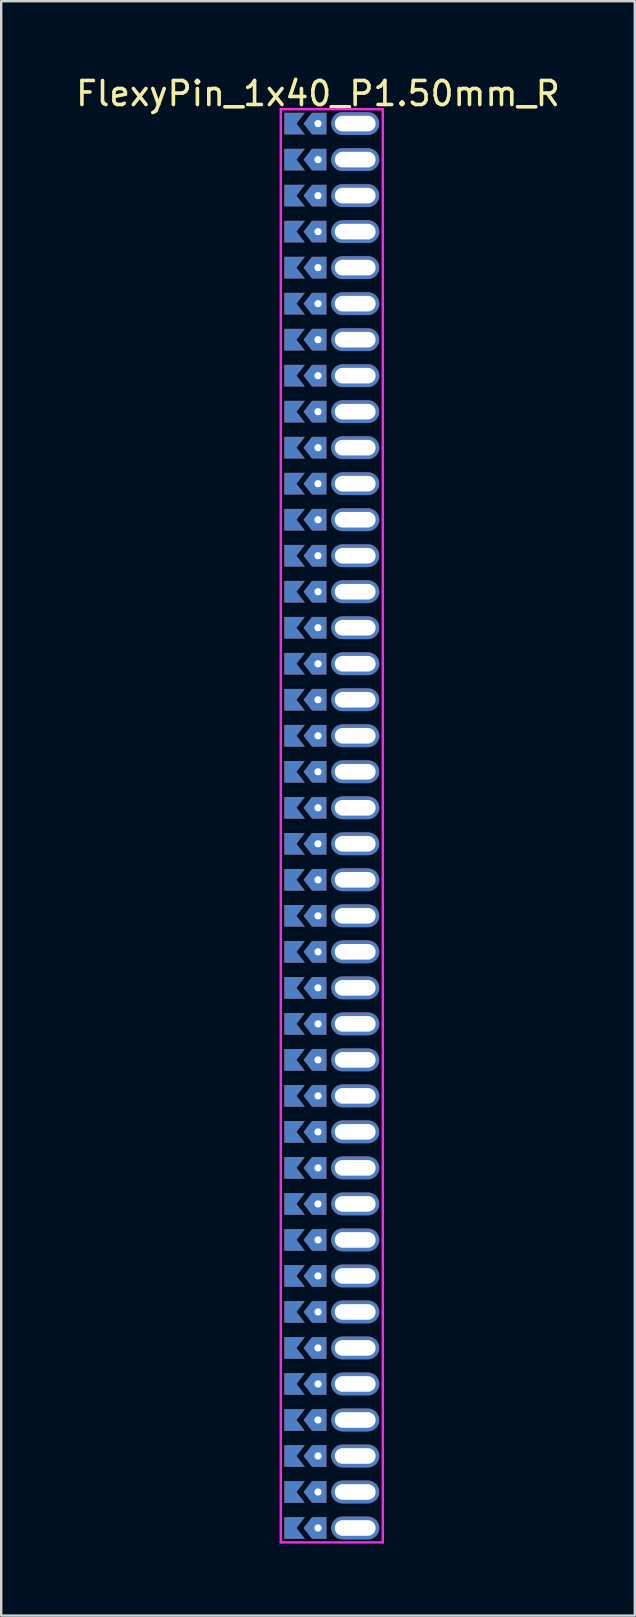
<source format=kicad_pcb>
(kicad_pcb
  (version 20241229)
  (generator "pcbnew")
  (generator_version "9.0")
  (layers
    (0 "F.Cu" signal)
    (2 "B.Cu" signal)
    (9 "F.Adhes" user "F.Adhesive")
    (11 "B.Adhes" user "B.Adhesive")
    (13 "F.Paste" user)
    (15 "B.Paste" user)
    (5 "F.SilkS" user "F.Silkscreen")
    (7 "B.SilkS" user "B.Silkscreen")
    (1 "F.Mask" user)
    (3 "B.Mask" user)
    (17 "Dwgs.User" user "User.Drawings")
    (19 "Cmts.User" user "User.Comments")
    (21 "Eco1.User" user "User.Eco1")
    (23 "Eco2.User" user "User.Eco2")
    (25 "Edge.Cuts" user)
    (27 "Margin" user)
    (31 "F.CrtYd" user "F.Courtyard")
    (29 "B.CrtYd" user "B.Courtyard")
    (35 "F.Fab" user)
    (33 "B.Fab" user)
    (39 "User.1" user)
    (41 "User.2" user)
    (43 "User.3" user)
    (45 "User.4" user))
  (footprint "FlexyPin_1x40_P1.50mm_R"
    (layer "F.Cu")
    (at 10.196 2.098)
    (property "Reference" "FlexyPin_1x40_P1.50mm_R" (at 0 -1.25 0) (layer "F.SilkS") (effects (font (size 1 1) (thickness 0.15))))
    (attr through_hole)
    (fp_line (start -1.55 -0.6) (end 2.7 -0.6) (stroke (width 0.1) (type solid)) (layer "F.CrtYd"))
    (fp_line (start -1.55 59.1) (end -1.55 -0.6) (stroke (width 0.1) (type solid)) (layer "F.CrtYd"))
    (fp_line (start 2.7 -0.6) (end 2.7 59.1) (stroke (width 0.1) (type solid)) (layer "F.CrtYd"))
    (fp_line (start 2.7 59.1) (end -1.55 59.1) (stroke (width 0.1) (type solid)) (layer "F.CrtYd"))
    (pad "" thru_hole custom (at 0 0) (size 0.3 0.3) (drill 0.6) (layers "*.Cu" "*.Mask") (options (anchor rect)) (primitives (gr_poly (pts (xy 0.35 0.45) (xy 0.35 -0.45) (xy -0.25 -0.45) (xy -0.6 0) (xy -0.25 0.45)) (width 0) (fill yes))))
    (pad "" thru_hole custom (at 0 1.5) (size 0.3 0.3) (drill 0.6) (layers "*.Cu" "*.Mask") (options (anchor rect)) (primitives (gr_poly (pts (xy 0.35 0.45) (xy 0.35 -0.45) (xy -0.25 -0.45) (xy -0.6 0) (xy -0.25 0.45)) (width 0) (fill yes))))
    (pad "" thru_hole custom (at 0 3) (size 0.3 0.3) (drill 0.6) (layers "*.Cu" "*.Mask") (options (anchor rect)) (primitives (gr_poly (pts (xy 0.35 0.45) (xy 0.35 -0.45) (xy -0.25 -0.45) (xy -0.6 0) (xy -0.25 0.45)) (width 0) (fill yes))))
    (pad "" thru_hole custom (at 0 4.5) (size 0.3 0.3) (drill 0.6) (layers "*.Cu" "*.Mask") (options (anchor rect)) (primitives (gr_poly (pts (xy 0.35 0.45) (xy 0.35 -0.45) (xy -0.25 -0.45) (xy -0.6 0) (xy -0.25 0.45)) (width 0) (fill yes))))
    (pad "" thru_hole custom (at 0 6) (size 0.3 0.3) (drill 0.6) (layers "*.Cu" "*.Mask") (options (anchor rect)) (primitives (gr_poly (pts (xy 0.35 0.45) (xy 0.35 -0.45) (xy -0.25 -0.45) (xy -0.6 0) (xy -0.25 0.45)) (width 0) (fill yes))))
    (pad "" thru_hole custom (at 0 7.5) (size 0.3 0.3) (drill 0.6) (layers "*.Cu" "*.Mask") (options (anchor rect)) (primitives (gr_poly (pts (xy 0.35 0.45) (xy 0.35 -0.45) (xy -0.25 -0.45) (xy -0.6 0) (xy -0.25 0.45)) (width 0) (fill yes))))
    (pad "" thru_hole custom (at 0 9) (size 0.3 0.3) (drill 0.6) (layers "*.Cu" "*.Mask") (options (anchor rect)) (primitives (gr_poly (pts (xy 0.35 0.45) (xy 0.35 -0.45) (xy -0.25 -0.45) (xy -0.6 0) (xy -0.25 0.45)) (width 0) (fill yes))))
    (pad "" thru_hole custom (at 0 10.5) (size 0.3 0.3) (drill 0.6) (layers "*.Cu" "*.Mask") (options (anchor rect)) (primitives (gr_poly (pts (xy 0.35 0.45) (xy 0.35 -0.45) (xy -0.25 -0.45) (xy -0.6 0) (xy -0.25 0.45)) (width 0) (fill yes))))
    (pad "" thru_hole custom (at 0 12) (size 0.3 0.3) (drill 0.6) (layers "*.Cu" "*.Mask") (options (anchor rect)) (primitives (gr_poly (pts (xy 0.35 0.45) (xy 0.35 -0.45) (xy -0.25 -0.45) (xy -0.6 0) (xy -0.25 0.45)) (width 0) (fill yes))))
    (pad "" thru_hole custom (at 0 13.5) (size 0.3 0.3) (drill 0.6) (layers "*.Cu" "*.Mask") (options (anchor rect)) (primitives (gr_poly (pts (xy 0.35 0.45) (xy 0.35 -0.45) (xy -0.25 -0.45) (xy -0.6 0) (xy -0.25 0.45)) (width 0) (fill yes))))
    (pad "" thru_hole custom (at 0 15) (size 0.3 0.3) (drill 0.6) (layers "*.Cu" "*.Mask") (options (anchor rect)) (primitives (gr_poly (pts (xy 0.35 0.45) (xy 0.35 -0.45) (xy -0.25 -0.45) (xy -0.6 0) (xy -0.25 0.45)) (width 0) (fill yes))))
    (pad "" thru_hole custom (at 0 16.5) (size 0.3 0.3) (drill 0.6) (layers "*.Cu" "*.Mask") (options (anchor rect)) (primitives (gr_poly (pts (xy 0.35 0.45) (xy 0.35 -0.45) (xy -0.25 -0.45) (xy -0.6 0) (xy -0.25 0.45)) (width 0) (fill yes))))
    (pad "" thru_hole custom (at 0 18) (size 0.3 0.3) (drill 0.6) (layers "*.Cu" "*.Mask") (options (anchor rect)) (primitives (gr_poly (pts (xy 0.35 0.45) (xy 0.35 -0.45) (xy -0.25 -0.45) (xy -0.6 0) (xy -0.25 0.45)) (width 0) (fill yes))))
    (pad "" thru_hole custom (at 0 19.5) (size 0.3 0.3) (drill 0.6) (layers "*.Cu" "*.Mask") (options (anchor rect)) (primitives (gr_poly (pts (xy 0.35 0.45) (xy 0.35 -0.45) (xy -0.25 -0.45) (xy -0.6 0) (xy -0.25 0.45)) (width 0) (fill yes))))
    (pad "" thru_hole custom (at 0 21) (size 0.3 0.3) (drill 0.6) (layers "*.Cu" "*.Mask") (options (anchor rect)) (primitives (gr_poly (pts (xy 0.35 0.45) (xy 0.35 -0.45) (xy -0.25 -0.45) (xy -0.6 0) (xy -0.25 0.45)) (width 0) (fill yes))))
    (pad "" thru_hole custom (at 0 22.5) (size 0.3 0.3) (drill 0.6) (layers "*.Cu" "*.Mask") (options (anchor rect)) (primitives (gr_poly (pts (xy 0.35 0.45) (xy 0.35 -0.45) (xy -0.25 -0.45) (xy -0.6 0) (xy -0.25 0.45)) (width 0) (fill yes))))
    (pad "" thru_hole custom (at 0 24) (size 0.3 0.3) (drill 0.6) (layers "*.Cu" "*.Mask") (options (anchor rect)) (primitives (gr_poly (pts (xy 0.35 0.45) (xy 0.35 -0.45) (xy -0.25 -0.45) (xy -0.6 0) (xy -0.25 0.45)) (width 0) (fill yes))))
    (pad "" thru_hole custom (at 0 25.5) (size 0.3 0.3) (drill 0.6) (layers "*.Cu" "*.Mask") (options (anchor rect)) (primitives (gr_poly (pts (xy 0.35 0.45) (xy 0.35 -0.45) (xy -0.25 -0.45) (xy -0.6 0) (xy -0.25 0.45)) (width 0) (fill yes))))
    (pad "" thru_hole custom (at 0 27) (size 0.3 0.3) (drill 0.6) (layers "*.Cu" "*.Mask") (options (anchor rect)) (primitives (gr_poly (pts (xy 0.35 0.45) (xy 0.35 -0.45) (xy -0.25 -0.45) (xy -0.6 0) (xy -0.25 0.45)) (width 0) (fill yes))))
    (pad "" thru_hole custom (at 0 28.5) (size 0.3 0.3) (drill 0.6) (layers "*.Cu" "*.Mask") (options (anchor rect)) (primitives (gr_poly (pts (xy 0.35 0.45) (xy 0.35 -0.45) (xy -0.25 -0.45) (xy -0.6 0) (xy -0.25 0.45)) (width 0) (fill yes))))
    (pad "" thru_hole custom (at 0 30) (size 0.3 0.3) (drill 0.6) (layers "*.Cu" "*.Mask") (options (anchor rect)) (primitives (gr_poly (pts (xy 0.35 0.45) (xy 0.35 -0.45) (xy -0.25 -0.45) (xy -0.6 0) (xy -0.25 0.45)) (width 0) (fill yes))))
    (pad "" thru_hole custom (at 0 31.5) (size 0.3 0.3) (drill 0.6) (layers "*.Cu" "*.Mask") (options (anchor rect)) (primitives (gr_poly (pts (xy 0.35 0.45) (xy 0.35 -0.45) (xy -0.25 -0.45) (xy -0.6 0) (xy -0.25 0.45)) (width 0) (fill yes))))
    (pad "" thru_hole custom (at 0 33) (size 0.3 0.3) (drill 0.6) (layers "*.Cu" "*.Mask") (options (anchor rect)) (primitives (gr_poly (pts (xy 0.35 0.45) (xy 0.35 -0.45) (xy -0.25 -0.45) (xy -0.6 0) (xy -0.25 0.45)) (width 0) (fill yes))))
    (pad "" thru_hole custom (at 0 34.5) (size 0.3 0.3) (drill 0.6) (layers "*.Cu" "*.Mask") (options (anchor rect)) (primitives (gr_poly (pts (xy 0.35 0.45) (xy 0.35 -0.45) (xy -0.25 -0.45) (xy -0.6 0) (xy -0.25 0.45)) (width 0) (fill yes))))
    (pad "" thru_hole custom (at 0 36) (size 0.3 0.3) (drill 0.6) (layers "*.Cu" "*.Mask") (options (anchor rect)) (primitives (gr_poly (pts (xy 0.35 0.45) (xy 0.35 -0.45) (xy -0.25 -0.45) (xy -0.6 0) (xy -0.25 0.45)) (width 0) (fill yes))))
    (pad "" thru_hole custom (at 0 37.5) (size 0.3 0.3) (drill 0.6) (layers "*.Cu" "*.Mask") (options (anchor rect)) (primitives (gr_poly (pts (xy 0.35 0.45) (xy 0.35 -0.45) (xy -0.25 -0.45) (xy -0.6 0) (xy -0.25 0.45)) (width 0) (fill yes))))
    (pad "" thru_hole custom (at 0 39) (size 0.3 0.3) (drill 0.6) (layers "*.Cu" "*.Mask") (options (anchor rect)) (primitives (gr_poly (pts (xy 0.35 0.45) (xy 0.35 -0.45) (xy -0.25 -0.45) (xy -0.6 0) (xy -0.25 0.45)) (width 0) (fill yes))))
    (pad "" thru_hole custom (at 0 40.5) (size 0.3 0.3) (drill 0.6) (layers "*.Cu" "*.Mask") (options (anchor rect)) (primitives (gr_poly (pts (xy 0.35 0.45) (xy 0.35 -0.45) (xy -0.25 -0.45) (xy -0.6 0) (xy -0.25 0.45)) (width 0) (fill yes))))
    (pad "" thru_hole custom (at 0 42) (size 0.3 0.3) (drill 0.6) (layers "*.Cu" "*.Mask") (options (anchor rect)) (primitives (gr_poly (pts (xy 0.35 0.45) (xy 0.35 -0.45) (xy -0.25 -0.45) (xy -0.6 0) (xy -0.25 0.45)) (width 0) (fill yes))))
    (pad "" thru_hole custom (at 0 43.5) (size 0.3 0.3) (drill 0.6) (layers "*.Cu" "*.Mask") (options (anchor rect)) (primitives (gr_poly (pts (xy 0.35 0.45) (xy 0.35 -0.45) (xy -0.25 -0.45) (xy -0.6 0) (xy -0.25 0.45)) (width 0) (fill yes))))
    (pad "" thru_hole custom (at 0 45) (size 0.3 0.3) (drill 0.6) (layers "*.Cu" "*.Mask") (options (anchor rect)) (primitives (gr_poly (pts (xy 0.35 0.45) (xy 0.35 -0.45) (xy -0.25 -0.45) (xy -0.6 0) (xy -0.25 0.45)) (width 0) (fill yes))))
    (pad "" thru_hole custom (at 0 46.5) (size 0.3 0.3) (drill 0.6) (layers "*.Cu" "*.Mask") (options (anchor rect)) (primitives (gr_poly (pts (xy 0.35 0.45) (xy 0.35 -0.45) (xy -0.25 -0.45) (xy -0.6 0) (xy -0.25 0.45)) (width 0) (fill yes))))
    (pad "" thru_hole custom (at 0 48) (size 0.3 0.3) (drill 0.6) (layers "*.Cu" "*.Mask") (options (anchor rect)) (primitives (gr_poly (pts (xy 0.35 0.45) (xy 0.35 -0.45) (xy -0.25 -0.45) (xy -0.6 0) (xy -0.25 0.45)) (width 0) (fill yes))))
    (pad "" thru_hole custom (at 0 49.5) (size 0.3 0.3) (drill 0.6) (layers "*.Cu" "*.Mask") (options (anchor rect)) (primitives (gr_poly (pts (xy 0.35 0.45) (xy 0.35 -0.45) (xy -0.25 -0.45) (xy -0.6 0) (xy -0.25 0.45)) (width 0) (fill yes))))
    (pad "" thru_hole custom (at 0 51) (size 0.3 0.3) (drill 0.6) (layers "*.Cu" "*.Mask") (options (anchor rect)) (primitives (gr_poly (pts (xy 0.35 0.45) (xy 0.35 -0.45) (xy -0.25 -0.45) (xy -0.6 0) (xy -0.25 0.45)) (width 0) (fill yes))))
    (pad "" thru_hole custom (at 0 52.5) (size 0.3 0.3) (drill 0.6) (layers "*.Cu" "*.Mask") (options (anchor rect)) (primitives (gr_poly (pts (xy 0.35 0.45) (xy 0.35 -0.45) (xy -0.25 -0.45) (xy -0.6 0) (xy -0.25 0.45)) (width 0) (fill yes))))
    (pad "" thru_hole custom (at 0 54) (size 0.3 0.3) (drill 0.6) (layers "*.Cu" "*.Mask") (options (anchor rect)) (primitives (gr_poly (pts (xy 0.35 0.45) (xy 0.35 -0.45) (xy -0.25 -0.45) (xy -0.6 0) (xy -0.25 0.45)) (width 0) (fill yes))))
    (pad "" thru_hole custom (at 0 55.5) (size 0.3 0.3) (drill 0.6) (layers "*.Cu" "*.Mask") (options (anchor rect)) (primitives (gr_poly (pts (xy 0.35 0.45) (xy 0.35 -0.45) (xy -0.25 -0.45) (xy -0.6 0) (xy -0.25 0.45)) (width 0) (fill yes))))
    (pad "" thru_hole custom (at 0 57) (size 0.3 0.3) (drill 0.6) (layers "*.Cu" "*.Mask") (options (anchor rect)) (primitives (gr_poly (pts (xy 0.35 0.45) (xy 0.35 -0.45) (xy -0.25 -0.45) (xy -0.6 0) (xy -0.25 0.45)) (width 0) (fill yes))))
    (pad "" thru_hole custom (at 0 58.5) (size 0.3 0.3) (drill 0.6) (layers "*.Cu" "*.Mask") (options (anchor rect)) (primitives (gr_poly (pts (xy 0.35 0.45) (xy 0.35 -0.45) (xy -0.25 -0.45) (xy -0.6 0) (xy -0.25 0.45)) (width 0) (fill yes))))
    (pad "" thru_hole oval (at 1.55 0) (size 2 0.95) (drill oval 1.7 0.65) (layers "*.Cu" "*.Mask"))
    (pad "" thru_hole oval (at 1.55 1.5) (size 2 0.95) (drill oval 1.7 0.65) (layers "*.Cu" "*.Mask"))
    (pad "" thru_hole oval (at 1.55 3) (size 2 0.95) (drill oval 1.7 0.65) (layers "*.Cu" "*.Mask"))
    (pad "" thru_hole oval (at 1.55 4.5) (size 2 0.95) (drill oval 1.7 0.65) (layers "*.Cu" "*.Mask"))
    (pad "" thru_hole oval (at 1.55 6) (size 2 0.95) (drill oval 1.7 0.65) (layers "*.Cu" "*.Mask"))
    (pad "" thru_hole oval (at 1.55 7.5) (size 2 0.95) (drill oval 1.7 0.65) (layers "*.Cu" "*.Mask"))
    (pad "" thru_hole oval (at 1.55 9) (size 2 0.95) (drill oval 1.7 0.65) (layers "*.Cu" "*.Mask"))
    (pad "" thru_hole oval (at 1.55 10.5) (size 2 0.95) (drill oval 1.7 0.65) (layers "*.Cu" "*.Mask"))
    (pad "" thru_hole oval (at 1.55 12) (size 2 0.95) (drill oval 1.7 0.65) (layers "*.Cu" "*.Mask"))
    (pad "" thru_hole oval (at 1.55 13.5) (size 2 0.95) (drill oval 1.7 0.65) (layers "*.Cu" "*.Mask"))
    (pad "" thru_hole oval (at 1.55 15) (size 2 0.95) (drill oval 1.7 0.65) (layers "*.Cu" "*.Mask"))
    (pad "" thru_hole oval (at 1.55 16.5) (size 2 0.95) (drill oval 1.7 0.65) (layers "*.Cu" "*.Mask"))
    (pad "" thru_hole oval (at 1.55 18) (size 2 0.95) (drill oval 1.7 0.65) (layers "*.Cu" "*.Mask"))
    (pad "" thru_hole oval (at 1.55 19.5) (size 2 0.95) (drill oval 1.7 0.65) (layers "*.Cu" "*.Mask"))
    (pad "" thru_hole oval (at 1.55 21) (size 2 0.95) (drill oval 1.7 0.65) (layers "*.Cu" "*.Mask"))
    (pad "" thru_hole oval (at 1.55 22.5) (size 2 0.95) (drill oval 1.7 0.65) (layers "*.Cu" "*.Mask"))
    (pad "" thru_hole oval (at 1.55 24) (size 2 0.95) (drill oval 1.7 0.65) (layers "*.Cu" "*.Mask"))
    (pad "" thru_hole oval (at 1.55 25.5) (size 2 0.95) (drill oval 1.7 0.65) (layers "*.Cu" "*.Mask"))
    (pad "" thru_hole oval (at 1.55 27) (size 2 0.95) (drill oval 1.7 0.65) (layers "*.Cu" "*.Mask"))
    (pad "" thru_hole oval (at 1.55 28.5) (size 2 0.95) (drill oval 1.7 0.65) (layers "*.Cu" "*.Mask"))
    (pad "" thru_hole oval (at 1.55 30) (size 2 0.95) (drill oval 1.7 0.65) (layers "*.Cu" "*.Mask"))
    (pad "" thru_hole oval (at 1.55 31.5) (size 2 0.95) (drill oval 1.7 0.65) (layers "*.Cu" "*.Mask"))
    (pad "" thru_hole oval (at 1.55 33) (size 2 0.95) (drill oval 1.7 0.65) (layers "*.Cu" "*.Mask"))
    (pad "" thru_hole oval (at 1.55 34.5) (size 2 0.95) (drill oval 1.7 0.65) (layers "*.Cu" "*.Mask"))
    (pad "" thru_hole oval (at 1.55 36) (size 2 0.95) (drill oval 1.7 0.65) (layers "*.Cu" "*.Mask"))
    (pad "" thru_hole oval (at 1.55 37.5) (size 2 0.95) (drill oval 1.7 0.65) (layers "*.Cu" "*.Mask"))
    (pad "" thru_hole oval (at 1.55 39) (size 2 0.95) (drill oval 1.7 0.65) (layers "*.Cu" "*.Mask"))
    (pad "" thru_hole oval (at 1.55 40.5) (size 2 0.95) (drill oval 1.7 0.65) (layers "*.Cu" "*.Mask"))
    (pad "" thru_hole oval (at 1.55 42) (size 2 0.95) (drill oval 1.7 0.65) (layers "*.Cu" "*.Mask"))
    (pad "" thru_hole oval (at 1.55 43.5) (size 2 0.95) (drill oval 1.7 0.65) (layers "*.Cu" "*.Mask"))
    (pad "" thru_hole oval (at 1.55 45) (size 2 0.95) (drill oval 1.7 0.65) (layers "*.Cu" "*.Mask"))
    (pad "" thru_hole oval (at 1.55 46.5) (size 2 0.95) (drill oval 1.7 0.65) (layers "*.Cu" "*.Mask"))
    (pad "" thru_hole oval (at 1.55 48) (size 2 0.95) (drill oval 1.7 0.65) (layers "*.Cu" "*.Mask"))
    (pad "" thru_hole oval (at 1.55 49.5) (size 2 0.95) (drill oval 1.7 0.65) (layers "*.Cu" "*.Mask"))
    (pad "" thru_hole oval (at 1.55 51) (size 2 0.95) (drill oval 1.7 0.65) (layers "*.Cu" "*.Mask"))
    (pad "" thru_hole oval (at 1.55 52.5) (size 2 0.95) (drill oval 1.7 0.65) (layers "*.Cu" "*.Mask"))
    (pad "" thru_hole oval (at 1.55 54) (size 2 0.95) (drill oval 1.7 0.65) (layers "*.Cu" "*.Mask"))
    (pad "" thru_hole oval (at 1.55 55.5) (size 2 0.95) (drill oval 1.7 0.65) (layers "*.Cu" "*.Mask"))
    (pad "" thru_hole oval (at 1.55 57) (size 2 0.95) (drill oval 1.7 0.65) (layers "*.Cu" "*.Mask"))
    (pad "" thru_hole oval (at 1.55 58.5) (size 2 0.95) (drill oval 1.7 0.65) (layers "*.Cu" "*.Mask"))
    (pad "1" smd custom (at -0.9 0) (size 0.01 0.01) (layers "F.Cu" "F.Mask") (options (anchor rect)) (primitives (gr_poly (pts (xy 0 0) (xy 0.35 0.45) (xy -0.5 0.45) (xy -0.5 -0.45) (xy 0.35 -0.45)) (width 0) (fill yes))))
    (pad "2" smd custom (at -0.9 1.5) (size 0.01 0.01) (layers "F.Cu" "F.Mask") (options (anchor rect)) (primitives (gr_poly (pts (xy 0 0) (xy 0.35 0.45) (xy -0.5 0.45) (xy -0.5 -0.45) (xy 0.35 -0.45)) (width 0) (fill yes))))
    (pad "3" smd custom (at -0.9 3) (size 0.01 0.01) (layers "F.Cu" "F.Mask") (options (anchor rect)) (primitives (gr_poly (pts (xy 0 0) (xy 0.35 0.45) (xy -0.5 0.45) (xy -0.5 -0.45) (xy 0.35 -0.45)) (width 0) (fill yes))))
    (pad "4" smd custom (at -0.9 4.5) (size 0.01 0.01) (layers "F.Cu" "F.Mask") (options (anchor rect)) (primitives (gr_poly (pts (xy 0 0) (xy 0.35 0.45) (xy -0.5 0.45) (xy -0.5 -0.45) (xy 0.35 -0.45)) (width 0) (fill yes))))
    (pad "5" smd custom (at -0.9 6) (size 0.01 0.01) (layers "F.Cu" "F.Mask") (options (anchor rect)) (primitives (gr_poly (pts (xy 0 0) (xy 0.35 0.45) (xy -0.5 0.45) (xy -0.5 -0.45) (xy 0.35 -0.45)) (width 0) (fill yes))))
    (pad "6" smd custom (at -0.9 7.5) (size 0.01 0.01) (layers "F.Cu" "F.Mask") (options (anchor rect)) (primitives (gr_poly (pts (xy 0 0) (xy 0.35 0.45) (xy -0.5 0.45) (xy -0.5 -0.45) (xy 0.35 -0.45)) (width 0) (fill yes))))
    (pad "7" smd custom (at -0.9 9) (size 0.01 0.01) (layers "F.Cu" "F.Mask") (options (anchor rect)) (primitives (gr_poly (pts (xy 0 0) (xy 0.35 0.45) (xy -0.5 0.45) (xy -0.5 -0.45) (xy 0.35 -0.45)) (width 0) (fill yes))))
    (pad "8" smd custom (at -0.9 10.5) (size 0.01 0.01) (layers "F.Cu" "F.Mask") (options (anchor rect)) (primitives (gr_poly (pts (xy 0 0) (xy 0.35 0.45) (xy -0.5 0.45) (xy -0.5 -0.45) (xy 0.35 -0.45)) (width 0) (fill yes))))
    (pad "9" smd custom (at -0.9 12) (size 0.01 0.01) (layers "F.Cu" "F.Mask") (options (anchor rect)) (primitives (gr_poly (pts (xy 0 0) (xy 0.35 0.45) (xy -0.5 0.45) (xy -0.5 -0.45) (xy 0.35 -0.45)) (width 0) (fill yes))))
    (pad "10" smd custom (at -0.9 13.5) (size 0.01 0.01) (layers "F.Cu" "F.Mask") (options (anchor rect)) (primitives (gr_poly (pts (xy 0 0) (xy 0.35 0.45) (xy -0.5 0.45) (xy -0.5 -0.45) (xy 0.35 -0.45)) (width 0) (fill yes))))
    (pad "11" smd custom (at -0.9 15) (size 0.01 0.01) (layers "F.Cu" "F.Mask") (options (anchor rect)) (primitives (gr_poly (pts (xy 0 0) (xy 0.35 0.45) (xy -0.5 0.45) (xy -0.5 -0.45) (xy 0.35 -0.45)) (width 0) (fill yes))))
    (pad "12" smd custom (at -0.9 16.5) (size 0.01 0.01) (layers "F.Cu" "F.Mask") (options (anchor rect)) (primitives (gr_poly (pts (xy 0 0) (xy 0.35 0.45) (xy -0.5 0.45) (xy -0.5 -0.45) (xy 0.35 -0.45)) (width 0) (fill yes))))
    (pad "13" smd custom (at -0.9 18) (size 0.01 0.01) (layers "F.Cu" "F.Mask") (options (anchor rect)) (primitives (gr_poly (pts (xy 0 0) (xy 0.35 0.45) (xy -0.5 0.45) (xy -0.5 -0.45) (xy 0.35 -0.45)) (width 0) (fill yes))))
    (pad "14" smd custom (at -0.9 19.5) (size 0.01 0.01) (layers "F.Cu" "F.Mask") (options (anchor rect)) (primitives (gr_poly (pts (xy 0 0) (xy 0.35 0.45) (xy -0.5 0.45) (xy -0.5 -0.45) (xy 0.35 -0.45)) (width 0) (fill yes))))
    (pad "15" smd custom (at -0.9 21) (size 0.01 0.01) (layers "F.Cu" "F.Mask") (options (anchor rect)) (primitives (gr_poly (pts (xy 0 0) (xy 0.35 0.45) (xy -0.5 0.45) (xy -0.5 -0.45) (xy 0.35 -0.45)) (width 0) (fill yes))))
    (pad "16" smd custom (at -0.9 22.5) (size 0.01 0.01) (layers "F.Cu" "F.Mask") (options (anchor rect)) (primitives (gr_poly (pts (xy 0 0) (xy 0.35 0.45) (xy -0.5 0.45) (xy -0.5 -0.45) (xy 0.35 -0.45)) (width 0) (fill yes))))
    (pad "17" smd custom (at -0.9 24) (size 0.01 0.01) (layers "F.Cu" "F.Mask") (options (anchor rect)) (primitives (gr_poly (pts (xy 0 0) (xy 0.35 0.45) (xy -0.5 0.45) (xy -0.5 -0.45) (xy 0.35 -0.45)) (width 0) (fill yes))))
    (pad "18" smd custom (at -0.9 25.5) (size 0.01 0.01) (layers "F.Cu" "F.Mask") (options (anchor rect)) (primitives (gr_poly (pts (xy 0 0) (xy 0.35 0.45) (xy -0.5 0.45) (xy -0.5 -0.45) (xy 0.35 -0.45)) (width 0) (fill yes))))
    (pad "19" smd custom (at -0.9 27) (size 0.01 0.01) (layers "F.Cu" "F.Mask") (options (anchor rect)) (primitives (gr_poly (pts (xy 0 0) (xy 0.35 0.45) (xy -0.5 0.45) (xy -0.5 -0.45) (xy 0.35 -0.45)) (width 0) (fill yes))))
    (pad "20" smd custom (at -0.9 28.5) (size 0.01 0.01) (layers "F.Cu" "F.Mask") (options (anchor rect)) (primitives (gr_poly (pts (xy 0 0) (xy 0.35 0.45) (xy -0.5 0.45) (xy -0.5 -0.45) (xy 0.35 -0.45)) (width 0) (fill yes))))
    (pad "21" smd custom (at -0.9 30) (size 0.01 0.01) (layers "F.Cu" "F.Mask") (options (anchor rect)) (primitives (gr_poly (pts (xy 0 0) (xy 0.35 0.45) (xy -0.5 0.45) (xy -0.5 -0.45) (xy 0.35 -0.45)) (width 0) (fill yes))))
    (pad "22" smd custom (at -0.9 31.5) (size 0.01 0.01) (layers "F.Cu" "F.Mask") (options (anchor rect)) (primitives (gr_poly (pts (xy 0 0) (xy 0.35 0.45) (xy -0.5 0.45) (xy -0.5 -0.45) (xy 0.35 -0.45)) (width 0) (fill yes))))
    (pad "23" smd custom (at -0.9 33) (size 0.01 0.01) (layers "F.Cu" "F.Mask") (options (anchor rect)) (primitives (gr_poly (pts (xy 0 0) (xy 0.35 0.45) (xy -0.5 0.45) (xy -0.5 -0.45) (xy 0.35 -0.45)) (width 0) (fill yes))))
    (pad "24" smd custom (at -0.9 34.5) (size 0.01 0.01) (layers "F.Cu" "F.Mask") (options (anchor rect)) (primitives (gr_poly (pts (xy 0 0) (xy 0.35 0.45) (xy -0.5 0.45) (xy -0.5 -0.45) (xy 0.35 -0.45)) (width 0) (fill yes))))
    (pad "25" smd custom (at -0.9 36) (size 0.01 0.01) (layers "F.Cu" "F.Mask") (options (anchor rect)) (primitives (gr_poly (pts (xy 0 0) (xy 0.35 0.45) (xy -0.5 0.45) (xy -0.5 -0.45) (xy 0.35 -0.45)) (width 0) (fill yes))))
    (pad "26" smd custom (at -0.9 37.5) (size 0.01 0.01) (layers "F.Cu" "F.Mask") (options (anchor rect)) (primitives (gr_poly (pts (xy 0 0) (xy 0.35 0.45) (xy -0.5 0.45) (xy -0.5 -0.45) (xy 0.35 -0.45)) (width 0) (fill yes))))
    (pad "27" smd custom (at -0.9 39) (size 0.01 0.01) (layers "F.Cu" "F.Mask") (options (anchor rect)) (primitives (gr_poly (pts (xy 0 0) (xy 0.35 0.45) (xy -0.5 0.45) (xy -0.5 -0.45) (xy 0.35 -0.45)) (width 0) (fill yes))))
    (pad "28" smd custom (at -0.9 40.5) (size 0.01 0.01) (layers "F.Cu" "F.Mask") (options (anchor rect)) (primitives (gr_poly (pts (xy 0 0) (xy 0.35 0.45) (xy -0.5 0.45) (xy -0.5 -0.45) (xy 0.35 -0.45)) (width 0) (fill yes))))
    (pad "29" smd custom (at -0.9 42) (size 0.01 0.01) (layers "F.Cu" "F.Mask") (options (anchor rect)) (primitives (gr_poly (pts (xy 0 0) (xy 0.35 0.45) (xy -0.5 0.45) (xy -0.5 -0.45) (xy 0.35 -0.45)) (width 0) (fill yes))))
    (pad "30" smd custom (at -0.9 43.5) (size 0.01 0.01) (layers "F.Cu" "F.Mask") (options (anchor rect)) (primitives (gr_poly (pts (xy 0 0) (xy 0.35 0.45) (xy -0.5 0.45) (xy -0.5 -0.45) (xy 0.35 -0.45)) (width 0) (fill yes))))
    (pad "31" smd custom (at -0.9 45) (size 0.01 0.01) (layers "F.Cu" "F.Mask") (options (anchor rect)) (primitives (gr_poly (pts (xy 0 0) (xy 0.35 0.45) (xy -0.5 0.45) (xy -0.5 -0.45) (xy 0.35 -0.45)) (width 0) (fill yes))))
    (pad "32" smd custom (at -0.9 46.5) (size 0.01 0.01) (layers "F.Cu" "F.Mask") (options (anchor rect)) (primitives (gr_poly (pts (xy 0 0) (xy 0.35 0.45) (xy -0.5 0.45) (xy -0.5 -0.45) (xy 0.35 -0.45)) (width 0) (fill yes))))
    (pad "33" smd custom (at -0.9 48) (size 0.01 0.01) (layers "F.Cu" "F.Mask") (options (anchor rect)) (primitives (gr_poly (pts (xy 0 0) (xy 0.35 0.45) (xy -0.5 0.45) (xy -0.5 -0.45) (xy 0.35 -0.45)) (width 0) (fill yes))))
    (pad "34" smd custom (at -0.9 49.5) (size 0.01 0.01) (layers "F.Cu" "F.Mask") (options (anchor rect)) (primitives (gr_poly (pts (xy 0 0) (xy 0.35 0.45) (xy -0.5 0.45) (xy -0.5 -0.45) (xy 0.35 -0.45)) (width 0) (fill yes))))
    (pad "35" smd custom (at -0.9 51) (size 0.01 0.01) (layers "F.Cu" "F.Mask") (options (anchor rect)) (primitives (gr_poly (pts (xy 0 0) (xy 0.35 0.45) (xy -0.5 0.45) (xy -0.5 -0.45) (xy 0.35 -0.45)) (width 0) (fill yes))))
    (pad "36" smd custom (at -0.9 52.5) (size 0.01 0.01) (layers "F.Cu" "F.Mask") (options (anchor rect)) (primitives (gr_poly (pts (xy 0 0) (xy 0.35 0.45) (xy -0.5 0.45) (xy -0.5 -0.45) (xy 0.35 -0.45)) (width 0) (fill yes))))
    (pad "37" smd custom (at -0.9 54) (size 0.01 0.01) (layers "F.Cu" "F.Mask") (options (anchor rect)) (primitives (gr_poly (pts (xy 0 0) (xy 0.35 0.45) (xy -0.5 0.45) (xy -0.5 -0.45) (xy 0.35 -0.45)) (width 0) (fill yes))))
    (pad "38" smd custom (at -0.9 55.5) (size 0.01 0.01) (layers "F.Cu" "F.Mask") (options (anchor rect)) (primitives (gr_poly (pts (xy 0 0) (xy 0.35 0.45) (xy -0.5 0.45) (xy -0.5 -0.45) (xy 0.35 -0.45)) (width 0) (fill yes))))
    (pad "39" smd custom (at -0.9 57) (size 0.01 0.01) (layers "F.Cu" "F.Mask") (options (anchor rect)) (primitives (gr_poly (pts (xy 0 0) (xy 0.35 0.45) (xy -0.5 0.45) (xy -0.5 -0.45) (xy 0.35 -0.45)) (width 0) (fill yes))))
    (pad "40" smd custom (at -0.9 58.5) (size 0.01 0.01) (layers "F.Cu" "F.Mask") (options (anchor rect)) (primitives (gr_poly (pts (xy 0 0) (xy 0.35 0.45) (xy -0.5 0.45) (xy -0.5 -0.45) (xy 0.35 -0.45)) (width 0) (fill yes))))
    (pad "41" smd custom (at -0.9 0) (size 0.01 0.01) (layers "B.Cu" "B.Mask") (options (anchor rect)) (primitives (gr_poly (pts (xy 0 0) (xy 0.35 0.45) (xy -0.5 0.45) (xy -0.5 -0.45) (xy 0.35 -0.45)) (width 0) (fill yes))))
    (pad "42" smd custom (at -0.9 1.5) (size 0.01 0.01) (layers "B.Cu" "B.Mask") (options (anchor rect)) (primitives (gr_poly (pts (xy 0 0) (xy 0.35 0.45) (xy -0.5 0.45) (xy -0.5 -0.45) (xy 0.35 -0.45)) (width 0) (fill yes))))
    (pad "43" smd custom (at -0.9 3) (size 0.01 0.01) (layers "B.Cu" "B.Mask") (options (anchor rect)) (primitives (gr_poly (pts (xy 0 0) (xy 0.35 0.45) (xy -0.5 0.45) (xy -0.5 -0.45) (xy 0.35 -0.45)) (width 0) (fill yes))))
    (pad "44" smd custom (at -0.9 4.5) (size 0.01 0.01) (layers "B.Cu" "B.Mask") (options (anchor rect)) (primitives (gr_poly (pts (xy 0 0) (xy 0.35 0.45) (xy -0.5 0.45) (xy -0.5 -0.45) (xy 0.35 -0.45)) (width 0) (fill yes))))
    (pad "45" smd custom (at -0.9 6) (size 0.01 0.01) (layers "B.Cu" "B.Mask") (options (anchor rect)) (primitives (gr_poly (pts (xy 0 0) (xy 0.35 0.45) (xy -0.5 0.45) (xy -0.5 -0.45) (xy 0.35 -0.45)) (width 0) (fill yes))))
    (pad "46" smd custom (at -0.9 7.5) (size 0.01 0.01) (layers "B.Cu" "B.Mask") (options (anchor rect)) (primitives (gr_poly (pts (xy 0 0) (xy 0.35 0.45) (xy -0.5 0.45) (xy -0.5 -0.45) (xy 0.35 -0.45)) (width 0) (fill yes))))
    (pad "47" smd custom (at -0.9 9) (size 0.01 0.01) (layers "B.Cu" "B.Mask") (options (anchor rect)) (primitives (gr_poly (pts (xy 0 0) (xy 0.35 0.45) (xy -0.5 0.45) (xy -0.5 -0.45) (xy 0.35 -0.45)) (width 0) (fill yes))))
    (pad "48" smd custom (at -0.9 10.5) (size 0.01 0.01) (layers "B.Cu" "B.Mask") (options (anchor rect)) (primitives (gr_poly (pts (xy 0 0) (xy 0.35 0.45) (xy -0.5 0.45) (xy -0.5 -0.45) (xy 0.35 -0.45)) (width 0) (fill yes))))
    (pad "49" smd custom (at -0.9 12) (size 0.01 0.01) (layers "B.Cu" "B.Mask") (options (anchor rect)) (primitives (gr_poly (pts (xy 0 0) (xy 0.35 0.45) (xy -0.5 0.45) (xy -0.5 -0.45) (xy 0.35 -0.45)) (width 0) (fill yes))))
    (pad "50" smd custom (at -0.9 13.5) (size 0.01 0.01) (layers "B.Cu" "B.Mask") (options (anchor rect)) (primitives (gr_poly (pts (xy 0 0) (xy 0.35 0.45) (xy -0.5 0.45) (xy -0.5 -0.45) (xy 0.35 -0.45)) (width 0) (fill yes))))
    (pad "51" smd custom (at -0.9 15) (size 0.01 0.01) (layers "B.Cu" "B.Mask") (options (anchor rect)) (primitives (gr_poly (pts (xy 0 0) (xy 0.35 0.45) (xy -0.5 0.45) (xy -0.5 -0.45) (xy 0.35 -0.45)) (width 0) (fill yes))))
    (pad "52" smd custom (at -0.9 16.5) (size 0.01 0.01) (layers "B.Cu" "B.Mask") (options (anchor rect)) (primitives (gr_poly (pts (xy 0 0) (xy 0.35 0.45) (xy -0.5 0.45) (xy -0.5 -0.45) (xy 0.35 -0.45)) (width 0) (fill yes))))
    (pad "53" smd custom (at -0.9 18) (size 0.01 0.01) (layers "B.Cu" "B.Mask") (options (anchor rect)) (primitives (gr_poly (pts (xy 0 0) (xy 0.35 0.45) (xy -0.5 0.45) (xy -0.5 -0.45) (xy 0.35 -0.45)) (width 0) (fill yes))))
    (pad "54" smd custom (at -0.9 19.5) (size 0.01 0.01) (layers "B.Cu" "B.Mask") (options (anchor rect)) (primitives (gr_poly (pts (xy 0 0) (xy 0.35 0.45) (xy -0.5 0.45) (xy -0.5 -0.45) (xy 0.35 -0.45)) (width 0) (fill yes))))
    (pad "55" smd custom (at -0.9 21) (size 0.01 0.01) (layers "B.Cu" "B.Mask") (options (anchor rect)) (primitives (gr_poly (pts (xy 0 0) (xy 0.35 0.45) (xy -0.5 0.45) (xy -0.5 -0.45) (xy 0.35 -0.45)) (width 0) (fill yes))))
    (pad "56" smd custom (at -0.9 22.5) (size 0.01 0.01) (layers "B.Cu" "B.Mask") (options (anchor rect)) (primitives (gr_poly (pts (xy 0 0) (xy 0.35 0.45) (xy -0.5 0.45) (xy -0.5 -0.45) (xy 0.35 -0.45)) (width 0) (fill yes))))
    (pad "57" smd custom (at -0.9 24) (size 0.01 0.01) (layers "B.Cu" "B.Mask") (options (anchor rect)) (primitives (gr_poly (pts (xy 0 0) (xy 0.35 0.45) (xy -0.5 0.45) (xy -0.5 -0.45) (xy 0.35 -0.45)) (width 0) (fill yes))))
    (pad "58" smd custom (at -0.9 25.5) (size 0.01 0.01) (layers "B.Cu" "B.Mask") (options (anchor rect)) (primitives (gr_poly (pts (xy 0 0) (xy 0.35 0.45) (xy -0.5 0.45) (xy -0.5 -0.45) (xy 0.35 -0.45)) (width 0) (fill yes))))
    (pad "59" smd custom (at -0.9 27) (size 0.01 0.01) (layers "B.Cu" "B.Mask") (options (anchor rect)) (primitives (gr_poly (pts (xy 0 0) (xy 0.35 0.45) (xy -0.5 0.45) (xy -0.5 -0.45) (xy 0.35 -0.45)) (width 0) (fill yes))))
    (pad "60" smd custom (at -0.9 28.5) (size 0.01 0.01) (layers "B.Cu" "B.Mask") (options (anchor rect)) (primitives (gr_poly (pts (xy 0 0) (xy 0.35 0.45) (xy -0.5 0.45) (xy -0.5 -0.45) (xy 0.35 -0.45)) (width 0) (fill yes))))
    (pad "61" smd custom (at -0.9 30) (size 0.01 0.01) (layers "B.Cu" "B.Mask") (options (anchor rect)) (primitives (gr_poly (pts (xy 0 0) (xy 0.35 0.45) (xy -0.5 0.45) (xy -0.5 -0.45) (xy 0.35 -0.45)) (width 0) (fill yes))))
    (pad "62" smd custom (at -0.9 31.5) (size 0.01 0.01) (layers "B.Cu" "B.Mask") (options (anchor rect)) (primitives (gr_poly (pts (xy 0 0) (xy 0.35 0.45) (xy -0.5 0.45) (xy -0.5 -0.45) (xy 0.35 -0.45)) (width 0) (fill yes))))
    (pad "63" smd custom (at -0.9 33) (size 0.01 0.01) (layers "B.Cu" "B.Mask") (options (anchor rect)) (primitives (gr_poly (pts (xy 0 0) (xy 0.35 0.45) (xy -0.5 0.45) (xy -0.5 -0.45) (xy 0.35 -0.45)) (width 0) (fill yes))))
    (pad "64" smd custom (at -0.9 34.5) (size 0.01 0.01) (layers "B.Cu" "B.Mask") (options (anchor rect)) (primitives (gr_poly (pts (xy 0 0) (xy 0.35 0.45) (xy -0.5 0.45) (xy -0.5 -0.45) (xy 0.35 -0.45)) (width 0) (fill yes))))
    (pad "65" smd custom (at -0.9 36) (size 0.01 0.01) (layers "B.Cu" "B.Mask") (options (anchor rect)) (primitives (gr_poly (pts (xy 0 0) (xy 0.35 0.45) (xy -0.5 0.45) (xy -0.5 -0.45) (xy 0.35 -0.45)) (width 0) (fill yes))))
    (pad "66" smd custom (at -0.9 37.5) (size 0.01 0.01) (layers "B.Cu" "B.Mask") (options (anchor rect)) (primitives (gr_poly (pts (xy 0 0) (xy 0.35 0.45) (xy -0.5 0.45) (xy -0.5 -0.45) (xy 0.35 -0.45)) (width 0) (fill yes))))
    (pad "67" smd custom (at -0.9 39) (size 0.01 0.01) (layers "B.Cu" "B.Mask") (options (anchor rect)) (primitives (gr_poly (pts (xy 0 0) (xy 0.35 0.45) (xy -0.5 0.45) (xy -0.5 -0.45) (xy 0.35 -0.45)) (width 0) (fill yes))))
    (pad "68" smd custom (at -0.9 40.5) (size 0.01 0.01) (layers "B.Cu" "B.Mask") (options (anchor rect)) (primitives (gr_poly (pts (xy 0 0) (xy 0.35 0.45) (xy -0.5 0.45) (xy -0.5 -0.45) (xy 0.35 -0.45)) (width 0) (fill yes))))
    (pad "69" smd custom (at -0.9 42) (size 0.01 0.01) (layers "B.Cu" "B.Mask") (options (anchor rect)) (primitives (gr_poly (pts (xy 0 0) (xy 0.35 0.45) (xy -0.5 0.45) (xy -0.5 -0.45) (xy 0.35 -0.45)) (width 0) (fill yes))))
    (pad "70" smd custom (at -0.9 43.5) (size 0.01 0.01) (layers "B.Cu" "B.Mask") (options (anchor rect)) (primitives (gr_poly (pts (xy 0 0) (xy 0.35 0.45) (xy -0.5 0.45) (xy -0.5 -0.45) (xy 0.35 -0.45)) (width 0) (fill yes))))
    (pad "71" smd custom (at -0.9 45) (size 0.01 0.01) (layers "B.Cu" "B.Mask") (options (anchor rect)) (primitives (gr_poly (pts (xy 0 0) (xy 0.35 0.45) (xy -0.5 0.45) (xy -0.5 -0.45) (xy 0.35 -0.45)) (width 0) (fill yes))))
    (pad "72" smd custom (at -0.9 46.5) (size 0.01 0.01) (layers "B.Cu" "B.Mask") (options (anchor rect)) (primitives (gr_poly (pts (xy 0 0) (xy 0.35 0.45) (xy -0.5 0.45) (xy -0.5 -0.45) (xy 0.35 -0.45)) (width 0) (fill yes))))
    (pad "73" smd custom (at -0.9 48) (size 0.01 0.01) (layers "B.Cu" "B.Mask") (options (anchor rect)) (primitives (gr_poly (pts (xy 0 0) (xy 0.35 0.45) (xy -0.5 0.45) (xy -0.5 -0.45) (xy 0.35 -0.45)) (width 0) (fill yes))))
    (pad "74" smd custom (at -0.9 49.5) (size 0.01 0.01) (layers "B.Cu" "B.Mask") (options (anchor rect)) (primitives (gr_poly (pts (xy 0 0) (xy 0.35 0.45) (xy -0.5 0.45) (xy -0.5 -0.45) (xy 0.35 -0.45)) (width 0) (fill yes))))
    (pad "75" smd custom (at -0.9 51) (size 0.01 0.01) (layers "B.Cu" "B.Mask") (options (anchor rect)) (primitives (gr_poly (pts (xy 0 0) (xy 0.35 0.45) (xy -0.5 0.45) (xy -0.5 -0.45) (xy 0.35 -0.45)) (width 0) (fill yes))))
    (pad "76" smd custom (at -0.9 52.5) (size 0.01 0.01) (layers "B.Cu" "B.Mask") (options (anchor rect)) (primitives (gr_poly (pts (xy 0 0) (xy 0.35 0.45) (xy -0.5 0.45) (xy -0.5 -0.45) (xy 0.35 -0.45)) (width 0) (fill yes))))
    (pad "77" smd custom (at -0.9 54) (size 0.01 0.01) (layers "B.Cu" "B.Mask") (options (anchor rect)) (primitives (gr_poly (pts (xy 0 0) (xy 0.35 0.45) (xy -0.5 0.45) (xy -0.5 -0.45) (xy 0.35 -0.45)) (width 0) (fill yes))))
    (pad "78" smd custom (at -0.9 55.5) (size 0.01 0.01) (layers "B.Cu" "B.Mask") (options (anchor rect)) (primitives (gr_poly (pts (xy 0 0) (xy 0.35 0.45) (xy -0.5 0.45) (xy -0.5 -0.45) (xy 0.35 -0.45)) (width 0) (fill yes))))
    (pad "79" smd custom (at -0.9 57) (size 0.01 0.01) (layers "B.Cu" "B.Mask") (options (anchor rect)) (primitives (gr_poly (pts (xy 0 0) (xy 0.35 0.45) (xy -0.5 0.45) (xy -0.5 -0.45) (xy 0.35 -0.45)) (width 0) (fill yes))))
    (pad "80" smd custom (at -0.9 58.5) (size 0.01 0.01) (layers "B.Cu" "B.Mask") (options (anchor rect)) (primitives (gr_poly (pts (xy 0 0) (xy 0.35 0.45) (xy -0.5 0.45) (xy -0.5 -0.45) (xy 0.35 -0.45)) (width 0) (fill yes)))))
  (gr_rect
    (start -3 -3)
    (end 23.393 64.248)
    (stroke (width 0.1) (type default))
    (fill no)
    (layer "Edge.Cuts")))
</source>
